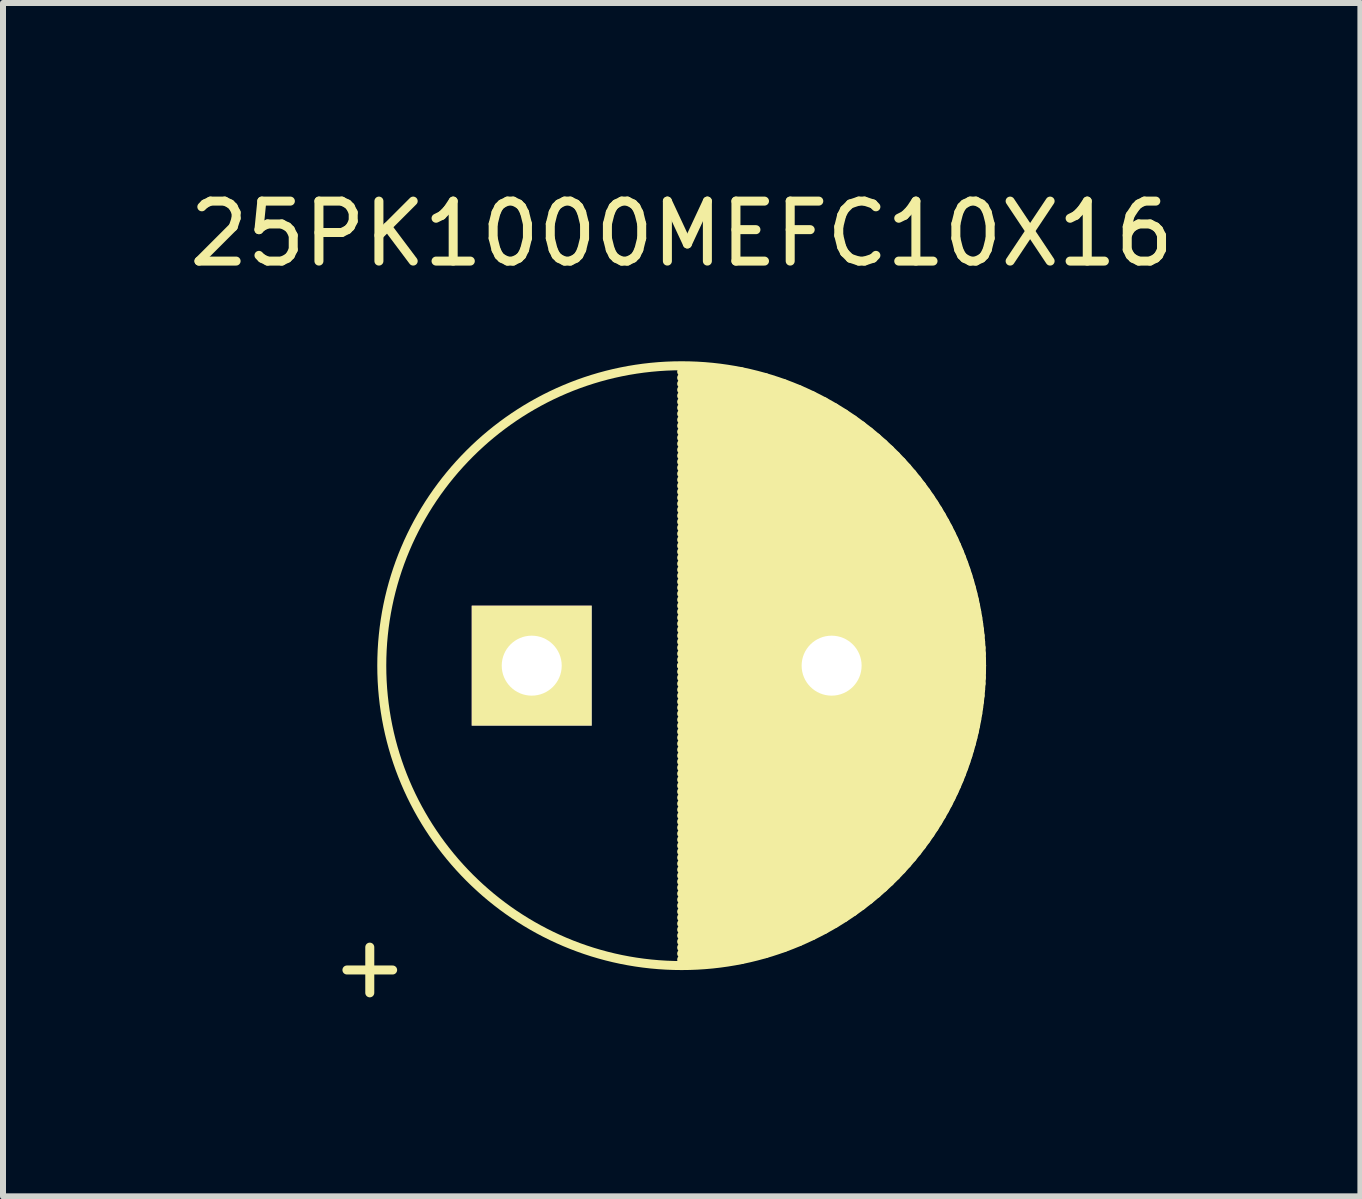
<source format=kicad_pcb>
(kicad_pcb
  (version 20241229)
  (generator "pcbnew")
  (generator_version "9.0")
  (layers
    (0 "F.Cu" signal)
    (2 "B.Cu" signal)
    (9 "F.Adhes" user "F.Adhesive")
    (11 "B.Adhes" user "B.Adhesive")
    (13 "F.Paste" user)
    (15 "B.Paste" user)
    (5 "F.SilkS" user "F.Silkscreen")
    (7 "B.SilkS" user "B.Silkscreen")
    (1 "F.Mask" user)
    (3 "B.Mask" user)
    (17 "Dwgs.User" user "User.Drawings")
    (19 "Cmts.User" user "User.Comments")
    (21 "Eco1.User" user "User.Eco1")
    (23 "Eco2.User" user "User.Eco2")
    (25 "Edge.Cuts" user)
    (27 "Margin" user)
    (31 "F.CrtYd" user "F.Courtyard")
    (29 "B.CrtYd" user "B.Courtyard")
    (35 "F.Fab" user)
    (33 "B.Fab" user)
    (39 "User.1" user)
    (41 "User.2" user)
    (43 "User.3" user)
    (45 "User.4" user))
  (footprint "25PK1000MEFC10X16"
    (layer "F.Cu")
    (at 5.815 8.048)
    (property "Reference" "25PK1000MEFC10X16" (at 2.5 -7.2 0) (layer "F.SilkS") (effects (font (size 1 1) (thickness 0.15))))
    (attr through_hole)
    (fp_line (start 2.5 -4.9) (end 3.495 -4.9) (stroke (width 0.15) (type solid)) (layer "F.SilkS"))
    (fp_line (start 2.5 -4.8) (end 3.9 -4.8) (stroke (width 0.15) (type solid)) (layer "F.SilkS"))
    (fp_line (start 2.5 -4.7) (end 4.206 -4.7) (stroke (width 0.15) (type solid)) (layer "F.SilkS"))
    (fp_line (start 2.5 -4.6) (end 4.46 -4.6) (stroke (width 0.15) (type solid)) (layer "F.SilkS"))
    (fp_line (start 2.5 -4.5) (end 4.679 -4.5) (stroke (width 0.15) (type solid)) (layer "F.SilkS"))
    (fp_line (start 2.5 -4.4) (end 4.875 -4.4) (stroke (width 0.15) (type solid)) (layer "F.SilkS"))
    (fp_line (start 2.5 -4.3) (end 5.051 -4.3) (stroke (width 0.15) (type solid)) (layer "F.SilkS"))
    (fp_line (start 2.5 -4.2) (end 5.213 -4.2) (stroke (width 0.15) (type solid)) (layer "F.SilkS"))
    (fp_line (start 2.5 -4.1) (end 5.362 -4.1) (stroke (width 0.15) (type solid)) (layer "F.SilkS"))
    (fp_line (start 2.5 -4) (end 5.5 -4) (stroke (width 0.15) (type solid)) (layer "F.SilkS"))
    (fp_line (start 2.5 -3.9) (end 5.629 -3.9) (stroke (width 0.15) (type solid)) (layer "F.SilkS"))
    (fp_line (start 2.5 -3.8) (end 5.75 -3.8) (stroke (width 0.15) (type solid)) (layer "F.SilkS"))
    (fp_line (start 2.5 -3.7) (end 5.863 -3.7) (stroke (width 0.15) (type solid)) (layer "F.SilkS"))
    (fp_line (start 2.5 -3.6) (end 5.97 -3.6) (stroke (width 0.15) (type solid)) (layer "F.SilkS"))
    (fp_line (start 2.5 -3.5) (end 6.071 -3.5) (stroke (width 0.15) (type solid)) (layer "F.SilkS"))
    (fp_line (start 2.5 -3.4) (end 6.166 -3.4) (stroke (width 0.15) (type solid)) (layer "F.SilkS"))
    (fp_line (start 2.5 -3.3) (end 6.256 -3.3) (stroke (width 0.15) (type solid)) (layer "F.SilkS"))
    (fp_line (start 2.5 -3.2) (end 6.342 -3.2) (stroke (width 0.15) (type solid)) (layer "F.SilkS"))
    (fp_line (start 2.5 -3.1) (end 6.423 -3.1) (stroke (width 0.15) (type solid)) (layer "F.SilkS"))
    (fp_line (start 2.5 -3) (end 6.5 -3) (stroke (width 0.15) (type solid)) (layer "F.SilkS"))
    (fp_line (start 2.5 -2.9) (end 6.573 -2.9) (stroke (width 0.15) (type solid)) (layer "F.SilkS"))
    (fp_line (start 2.5 -2.8) (end 6.642 -2.8) (stroke (width 0.15) (type solid)) (layer "F.SilkS"))
    (fp_line (start 2.5 -2.7) (end 6.708 -2.7) (stroke (width 0.15) (type solid)) (layer "F.SilkS"))
    (fp_line (start 2.5 -2.6) (end 6.771 -2.6) (stroke (width 0.15) (type solid)) (layer "F.SilkS"))
    (fp_line (start 2.5 -2.5) (end 6.83 -2.5) (stroke (width 0.15) (type solid)) (layer "F.SilkS"))
    (fp_line (start 2.5 -2.4) (end 6.886 -2.4) (stroke (width 0.15) (type solid)) (layer "F.SilkS"))
    (fp_line (start 2.5 -2.3) (end 6.94 -2.3) (stroke (width 0.15) (type solid)) (layer "F.SilkS"))
    (fp_line (start 2.5 -2.2) (end 6.99 -2.2) (stroke (width 0.15) (type solid)) (layer "F.SilkS"))
    (fp_line (start 2.5 -2.1) (end 7.038 -2.1) (stroke (width 0.15) (type solid)) (layer "F.SilkS"))
    (fp_line (start 2.5 -2) (end 7.083 -2) (stroke (width 0.15) (type solid)) (layer "F.SilkS"))
    (fp_line (start 2.5 -1.9) (end 7.125 -1.9) (stroke (width 0.15) (type solid)) (layer "F.SilkS"))
    (fp_line (start 2.5 -1.8) (end 7.165 -1.8) (stroke (width 0.15) (type solid)) (layer "F.SilkS"))
    (fp_line (start 2.5 -1.7) (end 7.202 -1.7) (stroke (width 0.15) (type solid)) (layer "F.SilkS"))
    (fp_line (start 2.5 -1.6) (end 7.237 -1.6) (stroke (width 0.15) (type solid)) (layer "F.SilkS"))
    (fp_line (start 2.5 -1.5) (end 7.27 -1.5) (stroke (width 0.15) (type solid)) (layer "F.SilkS"))
    (fp_line (start 2.5 -1.4) (end 7.3 -1.4) (stroke (width 0.15) (type solid)) (layer "F.SilkS"))
    (fp_line (start 2.5 -1.3) (end 7.328 -1.3) (stroke (width 0.15) (type solid)) (layer "F.SilkS"))
    (fp_line (start 2.5 -1.2) (end 7.354 -1.2) (stroke (width 0.15) (type solid)) (layer "F.SilkS"))
    (fp_line (start 2.5 -1.1) (end 7.377 -1.1) (stroke (width 0.15) (type solid)) (layer "F.SilkS"))
    (fp_line (start 2.5 -1) (end 7.399 -1) (stroke (width 0.15) (type solid)) (layer "F.SilkS"))
    (fp_line (start 2.5 -0.9) (end 7.418 -0.9) (stroke (width 0.15) (type solid)) (layer "F.SilkS"))
    (fp_line (start 2.5 -0.8) (end 7.436 -0.8) (stroke (width 0.15) (type solid)) (layer "F.SilkS"))
    (fp_line (start 2.5 -0.7) (end 7.451 -0.7) (stroke (width 0.15) (type solid)) (layer "F.SilkS"))
    (fp_line (start 2.5 -0.6) (end 7.464 -0.6) (stroke (width 0.15) (type solid)) (layer "F.SilkS"))
    (fp_line (start 2.5 -0.5) (end 7.475 -0.5) (stroke (width 0.15) (type solid)) (layer "F.SilkS"))
    (fp_line (start 2.5 -0.4) (end 7.484 -0.4) (stroke (width 0.15) (type solid)) (layer "F.SilkS"))
    (fp_line (start 2.5 -0.3) (end 7.491 -0.3) (stroke (width 0.15) (type solid)) (layer "F.SilkS"))
    (fp_line (start 2.5 -0.2) (end 7.496 -0.2) (stroke (width 0.15) (type solid)) (layer "F.SilkS"))
    (fp_line (start 2.5 -0.1) (end 7.499 -0.1) (stroke (width 0.15) (type solid)) (layer "F.SilkS"))
    (fp_line (start 2.5 0) (end 7.5 0) (stroke (width 0.15) (type solid)) (layer "F.SilkS"))
    (fp_line (start 2.5 0) (end 7.5 0) (stroke (width 0.15) (type solid)) (layer "F.SilkS"))
    (fp_line (start 2.5 0.1) (end 7.499 0.1) (stroke (width 0.15) (type solid)) (layer "F.SilkS"))
    (fp_line (start 2.5 0.2) (end 7.496 0.2) (stroke (width 0.15) (type solid)) (layer "F.SilkS"))
    (fp_line (start 2.5 0.3) (end 7.491 0.3) (stroke (width 0.15) (type solid)) (layer "F.SilkS"))
    (fp_line (start 2.5 0.4) (end 7.484 0.4) (stroke (width 0.15) (type solid)) (layer "F.SilkS"))
    (fp_line (start 2.5 0.5) (end 7.475 0.5) (stroke (width 0.15) (type solid)) (layer "F.SilkS"))
    (fp_line (start 2.5 0.6) (end 7.464 0.6) (stroke (width 0.15) (type solid)) (layer "F.SilkS"))
    (fp_line (start 2.5 0.7) (end 7.451 0.7) (stroke (width 0.15) (type solid)) (layer "F.SilkS"))
    (fp_line (start 2.5 0.8) (end 7.436 0.8) (stroke (width 0.15) (type solid)) (layer "F.SilkS"))
    (fp_line (start 2.5 0.9) (end 7.418 0.9) (stroke (width 0.15) (type solid)) (layer "F.SilkS"))
    (fp_line (start 2.5 1) (end 7.399 1) (stroke (width 0.15) (type solid)) (layer "F.SilkS"))
    (fp_line (start 2.5 1.1) (end 7.377 1.1) (stroke (width 0.15) (type solid)) (layer "F.SilkS"))
    (fp_line (start 2.5 1.2) (end 7.354 1.2) (stroke (width 0.15) (type solid)) (layer "F.SilkS"))
    (fp_line (start 2.5 1.3) (end 7.328 1.3) (stroke (width 0.15) (type solid)) (layer "F.SilkS"))
    (fp_line (start 2.5 1.4) (end 7.3 1.4) (stroke (width 0.15) (type solid)) (layer "F.SilkS"))
    (fp_line (start 2.5 1.5) (end 7.27 1.5) (stroke (width 0.15) (type solid)) (layer "F.SilkS"))
    (fp_line (start 2.5 1.6) (end 7.237 1.6) (stroke (width 0.15) (type solid)) (layer "F.SilkS"))
    (fp_line (start 2.5 1.7) (end 7.202 1.7) (stroke (width 0.15) (type solid)) (layer "F.SilkS"))
    (fp_line (start 2.5 1.8) (end 7.165 1.8) (stroke (width 0.15) (type solid)) (layer "F.SilkS"))
    (fp_line (start 2.5 1.9) (end 7.125 1.9) (stroke (width 0.15) (type solid)) (layer "F.SilkS"))
    (fp_line (start 2.5 2) (end 7.083 2) (stroke (width 0.15) (type solid)) (layer "F.SilkS"))
    (fp_line (start 2.5 2.1) (end 7.038 2.1) (stroke (width 0.15) (type solid)) (layer "F.SilkS"))
    (fp_line (start 2.5 2.2) (end 6.99 2.2) (stroke (width 0.15) (type solid)) (layer "F.SilkS"))
    (fp_line (start 2.5 2.3) (end 6.94 2.3) (stroke (width 0.15) (type solid)) (layer "F.SilkS"))
    (fp_line (start 2.5 2.4) (end 6.886 2.4) (stroke (width 0.15) (type solid)) (layer "F.SilkS"))
    (fp_line (start 2.5 2.5) (end 6.83 2.5) (stroke (width 0.15) (type solid)) (layer "F.SilkS"))
    (fp_line (start 2.5 2.6) (end 6.771 2.6) (stroke (width 0.15) (type solid)) (layer "F.SilkS"))
    (fp_line (start 2.5 2.7) (end 6.708 2.7) (stroke (width 0.15) (type solid)) (layer "F.SilkS"))
    (fp_line (start 2.5 2.8) (end 6.642 2.8) (stroke (width 0.15) (type solid)) (layer "F.SilkS"))
    (fp_line (start 2.5 2.9) (end 6.573 2.9) (stroke (width 0.15) (type solid)) (layer "F.SilkS"))
    (fp_line (start 2.5 3) (end 6.5 3) (stroke (width 0.15) (type solid)) (layer "F.SilkS"))
    (fp_line (start 2.5 3.1) (end 6.423 3.1) (stroke (width 0.15) (type solid)) (layer "F.SilkS"))
    (fp_line (start 2.5 3.2) (end 6.342 3.2) (stroke (width 0.15) (type solid)) (layer "F.SilkS"))
    (fp_line (start 2.5 3.3) (end 6.256 3.3) (stroke (width 0.15) (type solid)) (layer "F.SilkS"))
    (fp_line (start 2.5 3.4) (end 6.166 3.4) (stroke (width 0.15) (type solid)) (layer "F.SilkS"))
    (fp_line (start 2.5 3.5) (end 6.071 3.5) (stroke (width 0.15) (type solid)) (layer "F.SilkS"))
    (fp_line (start 2.5 3.6) (end 5.97 3.6) (stroke (width 0.15) (type solid)) (layer "F.SilkS"))
    (fp_line (start 2.5 3.7) (end 5.863 3.7) (stroke (width 0.15) (type solid)) (layer "F.SilkS"))
    (fp_line (start 2.5 3.8) (end 5.75 3.8) (stroke (width 0.15) (type solid)) (layer "F.SilkS"))
    (fp_line (start 2.5 3.9) (end 5.629 3.9) (stroke (width 0.15) (type solid)) (layer "F.SilkS"))
    (fp_line (start 2.5 4) (end 5.5 4) (stroke (width 0.15) (type solid)) (layer "F.SilkS"))
    (fp_line (start 2.5 4.1) (end 5.362 4.1) (stroke (width 0.15) (type solid)) (layer "F.SilkS"))
    (fp_line (start 2.5 4.2) (end 5.213 4.2) (stroke (width 0.15) (type solid)) (layer "F.SilkS"))
    (fp_line (start 2.5 4.3) (end 5.051 4.3) (stroke (width 0.15) (type solid)) (layer "F.SilkS"))
    (fp_line (start 2.5 4.4) (end 4.875 4.4) (stroke (width 0.15) (type solid)) (layer "F.SilkS"))
    (fp_line (start 2.5 4.5) (end 4.679 4.5) (stroke (width 0.15) (type solid)) (layer "F.SilkS"))
    (fp_line (start 2.5 4.6) (end 4.46 4.6) (stroke (width 0.15) (type solid)) (layer "F.SilkS"))
    (fp_line (start 2.5 4.7) (end 4.206 4.7) (stroke (width 0.15) (type solid)) (layer "F.SilkS"))
    (fp_line (start 2.5 4.8) (end 3.9 4.8) (stroke (width 0.15) (type solid)) (layer "F.SilkS"))
    (fp_line (start 2.5 4.9) (end 3.495 4.9) (stroke (width 0.15) (type solid)) (layer "F.SilkS"))
    (fp_circle (center 2.5 0) (end 2.5 -5) (stroke (width 0.15) (type solid)) (fill no) (layer "F.SilkS"))
    (fp_text user "+" (at -2.7 5 0) (layer "F.SilkS") (effects (font (size 1 1) (thickness 0.15))))
    (pad "1" thru_hole rect (at 0 0) (size 2 2) (drill 1) (layers "*.Cu" "*.Mask" "F.SilkS"))
    (pad "2" thru_hole circle (at 5 0) (size 2 2) (drill 1) (layers "*.Cu" "*.Mask" "F.SilkS")))
  (gr_rect
    (start -3 -3)
    (end 19.631 16.896)
    (stroke (width 0.1) (type default))
    (fill no)
    (layer "Edge.Cuts")))
</source>
